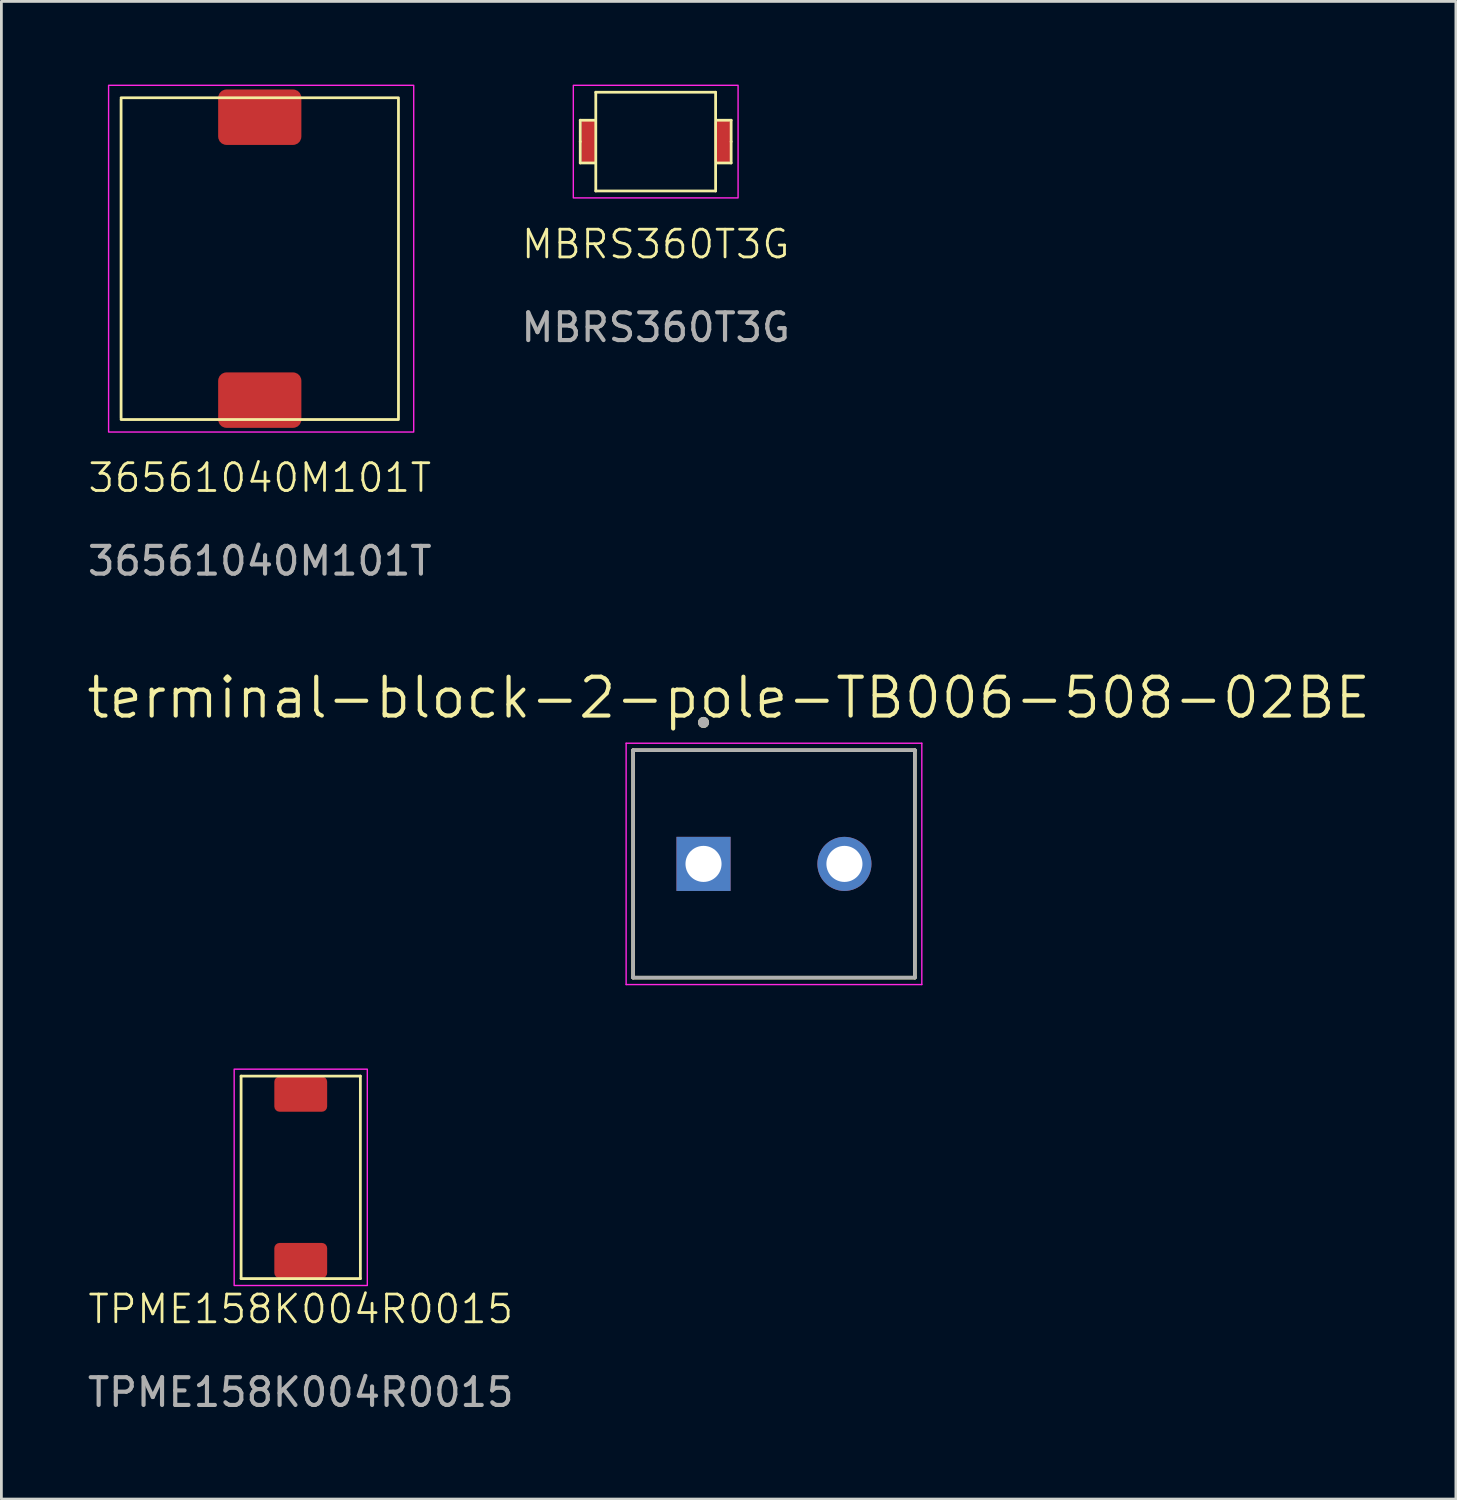
<source format=kicad_pcb>
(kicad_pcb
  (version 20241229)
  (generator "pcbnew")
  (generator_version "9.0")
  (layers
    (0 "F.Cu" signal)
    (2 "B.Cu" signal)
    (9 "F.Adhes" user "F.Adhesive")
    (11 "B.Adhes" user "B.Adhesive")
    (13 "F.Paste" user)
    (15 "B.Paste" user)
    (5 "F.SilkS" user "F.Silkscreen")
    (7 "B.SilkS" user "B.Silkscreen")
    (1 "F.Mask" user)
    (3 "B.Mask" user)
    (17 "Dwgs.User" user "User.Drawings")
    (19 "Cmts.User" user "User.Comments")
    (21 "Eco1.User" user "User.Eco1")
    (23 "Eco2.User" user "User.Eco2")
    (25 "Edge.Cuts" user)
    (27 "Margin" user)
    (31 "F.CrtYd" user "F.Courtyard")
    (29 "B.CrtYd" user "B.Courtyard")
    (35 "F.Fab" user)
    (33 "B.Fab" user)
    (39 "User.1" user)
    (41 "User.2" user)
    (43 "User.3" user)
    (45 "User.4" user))
  (footprint "TPME158K004R0015"
    (layer "F.Cu")
    (at 7.792 39.395)
    (property "Reference" "TPME158K004R0015" (at 0 4.75 0) (unlocked yes) (layer "F.SilkS") (effects (font (size 1 1) (thickness 0.1))))
    (attr smd)
    (fp_line (start -2.15 -3.65) (end -2.15 3.65) (stroke (width 0.1) (type solid)) (layer "F.SilkS"))
    (fp_line (start -2.15 -3.65) (end 2.15 -3.65) (stroke (width 0.1) (type solid)) (layer "F.SilkS"))
    (fp_line (start 2.15 -3.65) (end 2.15 3.65) (stroke (width 0.1) (type default)) (layer "F.SilkS"))
    (fp_line (start 2.15 3.65) (end -2.15 3.65) (stroke (width 0.1) (type default)) (layer "F.SilkS"))
    (fp_rect (start -2.4 -3.9) (end 2.4 3.9) (stroke (width 0.05) (type solid)) (fill no) (layer "F.CrtYd"))
    (fp_text user "${REFERENCE}" (at 0 7.75 0) (unlocked yes) (layer "F.Fab") (effects (font (size 1 1) (thickness 0.15))))
    (pad "1" smd roundrect (at 0 -3) (size 1.905 1.27) (layers "F.Cu" "F.Mask" "F.Paste") (roundrect_rratio 0.15))
    (pad "2" smd roundrect (at 0 3) (size 1.905 1.27) (layers "F.Cu" "F.Mask" "F.Paste") (roundrect_rratio 0.15)))
  (footprint "terminal-block-2-pole-TB006-508-02BE"
    (layer "F.Cu")
    (at 22.313 28.095)
    (property "Reference" "terminal-block-2-pole-TB006-508-02BE" (at 0.905 -5.989 0) (layer "F.SilkS") (effects (font (size 1.4 1.4) (thickness 0.15))))
    (attr through_hole)
    (fp_line (start -2.54 -4.1) (end 7.62 -4.1) (stroke (width 0.127) (type solid)) (layer "F.SilkS"))
    (fp_line (start -2.54 4.1) (end -2.54 -4.1) (stroke (width 0.127) (type solid)) (layer "F.SilkS"))
    (fp_line (start 7.62 -4.1) (end 7.62 4.1) (stroke (width 0.127) (type solid)) (layer "F.SilkS"))
    (fp_line (start 7.62 4.1) (end -2.54 4.1) (stroke (width 0.127) (type solid)) (layer "F.SilkS"))
    (fp_circle (center 0 -5.1) (end 0.1 -5.1) (stroke (width 0.2) (type solid)) (fill no) (layer "F.SilkS"))
    (fp_line (start -2.79 -4.35) (end 7.87 -4.35) (stroke (width 0.05) (type solid)) (layer "F.CrtYd"))
    (fp_line (start -2.79 4.35) (end -2.79 -4.35) (stroke (width 0.05) (type solid)) (layer "F.CrtYd"))
    (fp_line (start 7.87 -4.35) (end 7.87 4.35) (stroke (width 0.05) (type solid)) (layer "F.CrtYd"))
    (fp_line (start 7.87 4.35) (end -2.79 4.35) (stroke (width 0.05) (type solid)) (layer "F.CrtYd"))
    (fp_line (start -2.54 -4.1) (end 7.62 -4.1) (stroke (width 0.127) (type solid)) (layer "F.Fab"))
    (fp_line (start -2.54 4.1) (end -2.54 -4.1) (stroke (width 0.127) (type solid)) (layer "F.Fab"))
    (fp_line (start 7.62 -4.1) (end 7.62 4.1) (stroke (width 0.127) (type solid)) (layer "F.Fab"))
    (fp_line (start 7.62 4.1) (end -2.54 4.1) (stroke (width 0.127) (type solid)) (layer "F.Fab"))
    (fp_circle (center 0 -5.1) (end 0.1 -5.1) (stroke (width 0.2) (type solid)) (fill no) (layer "F.Fab"))
    (pad "1" thru_hole rect (at 0 0) (size 1.95 1.95) (drill 1.3) (layers "*.Cu" "*.Mask"))
    (pad "2" thru_hole circle (at 5.08 0) (size 1.95 1.95) (drill 1.3) (layers "*.Cu" "*.Mask")))
  (footprint "36561040M101T"
    (layer "F.Cu")
    (at 6.315 6.275)
    (property "Reference" "36561040M101T" (at 0 7.9 0) (unlocked yes) (layer "F.SilkS") (effects (font (size 1 1) (thickness 0.1))))
    (attr smd)
    (fp_line (start -5 -5.8) (end 5 -5.8) (stroke (width 0.1) (type solid)) (layer "F.SilkS"))
    (fp_line (start -5 5.75) (end -5 -5.75) (stroke (width 0.1) (type solid)) (layer "F.SilkS"))
    (fp_line (start -5 5.8) (end 5 5.8) (stroke (width 0.1) (type solid)) (layer "F.SilkS"))
    (fp_line (start 5 5.75) (end 5 -5.75) (stroke (width 0.1) (type solid)) (layer "F.SilkS"))
    (fp_rect (start -5.45 -6.25) (end 5.55 6.25) (stroke (width 0.05) (type solid)) (fill no) (layer "F.CrtYd"))
    (fp_text user "${REFERENCE}" (at 0 10.9 0) (unlocked yes) (layer "F.Fab") (effects (font (size 1 1) (thickness 0.15))))
    (pad "1" smd roundrect (at 0 -5.1) (size 3 2) (layers "F.Cu" "F.Mask" "F.Paste") (roundrect_rratio 0.15))
    (pad "1" smd roundrect (at 0 5.1) (size 3 2) (layers "F.Cu" "F.Mask" "F.Paste") (roundrect_rratio 0.15)))
  (footprint "MBRS360T3G"
    (layer "F.Cu")
    (at 20.589 2.055)
    (property "Reference" "MBRS360T3G" (at 0 3.7 0) (unlocked yes) (layer "F.SilkS") (effects (font (size 1 1) (thickness 0.1))))
    (attr smd)
    (fp_line (start -2.72 -0.77) (end -2.2 -0.77) (stroke (width 0.1) (type default)) (layer "F.SilkS"))
    (fp_line (start -2.72 0) (end -2.72 -0.77) (stroke (width 0.1) (type solid)) (layer "F.SilkS"))
    (fp_line (start -2.72 0) (end -2.72 0.77) (stroke (width 0.1) (type solid)) (layer "F.SilkS"))
    (fp_line (start -2.72 0.77) (end -2.195 0.77) (stroke (width 0.1) (type solid)) (layer "F.SilkS"))
    (fp_line (start -2.16 -1.78) (end 2.16 -1.78) (stroke (width 0.1) (type solid)) (layer "F.SilkS"))
    (fp_line (start -2.16 1.78) (end -2.16 -1.78) (stroke (width 0.1) (type default)) (layer "F.SilkS"))
    (fp_line (start 2.16 -1.78) (end 2.16 1.78) (stroke (width 0.1) (type solid)) (layer "F.SilkS"))
    (fp_line (start 2.16 1.78) (end -2.16 1.78) (stroke (width 0.1) (type solid)) (layer "F.SilkS"))
    (fp_line (start 2.72 -0.77) (end 2.2 -0.77) (stroke (width 0.1) (type default)) (layer "F.SilkS"))
    (fp_line (start 2.72 0) (end 2.72 -0.77) (stroke (width 0.1) (type solid)) (layer "F.SilkS"))
    (fp_line (start 2.72 0) (end 2.72 0.77) (stroke (width 0.1) (type solid)) (layer "F.SilkS"))
    (fp_line (start 2.72 0.77) (end 2.195 0.77) (stroke (width 0.1) (type solid)) (layer "F.SilkS"))
    (fp_rect (start -2.97 -2.03) (end 2.97 2.03) (stroke (width 0.05) (type solid)) (fill no) (layer "F.CrtYd"))
    (fp_text user "${REFERENCE}" (at 0 6.7 0) (unlocked yes) (layer "F.Fab") (effects (font (size 1 1) (thickness 0.15))))
    (pad "1" smd roundrect (at -2.4 0) (size 0.56 1.53) (layers "F.Cu" "F.Mask" "F.Paste") (roundrect_rratio 0.15))
    (pad "2" smd roundrect (at 2.4 0) (size 0.56 1.53) (layers "F.Cu" "F.Mask" "F.Paste") (roundrect_rratio 0.15)))
  (gr_rect
    (start -3 -3)
    (end 49.437 50.993)
    (stroke (width 0.1) (type default))
    (fill no)
    (layer "Edge.Cuts")))
</source>
